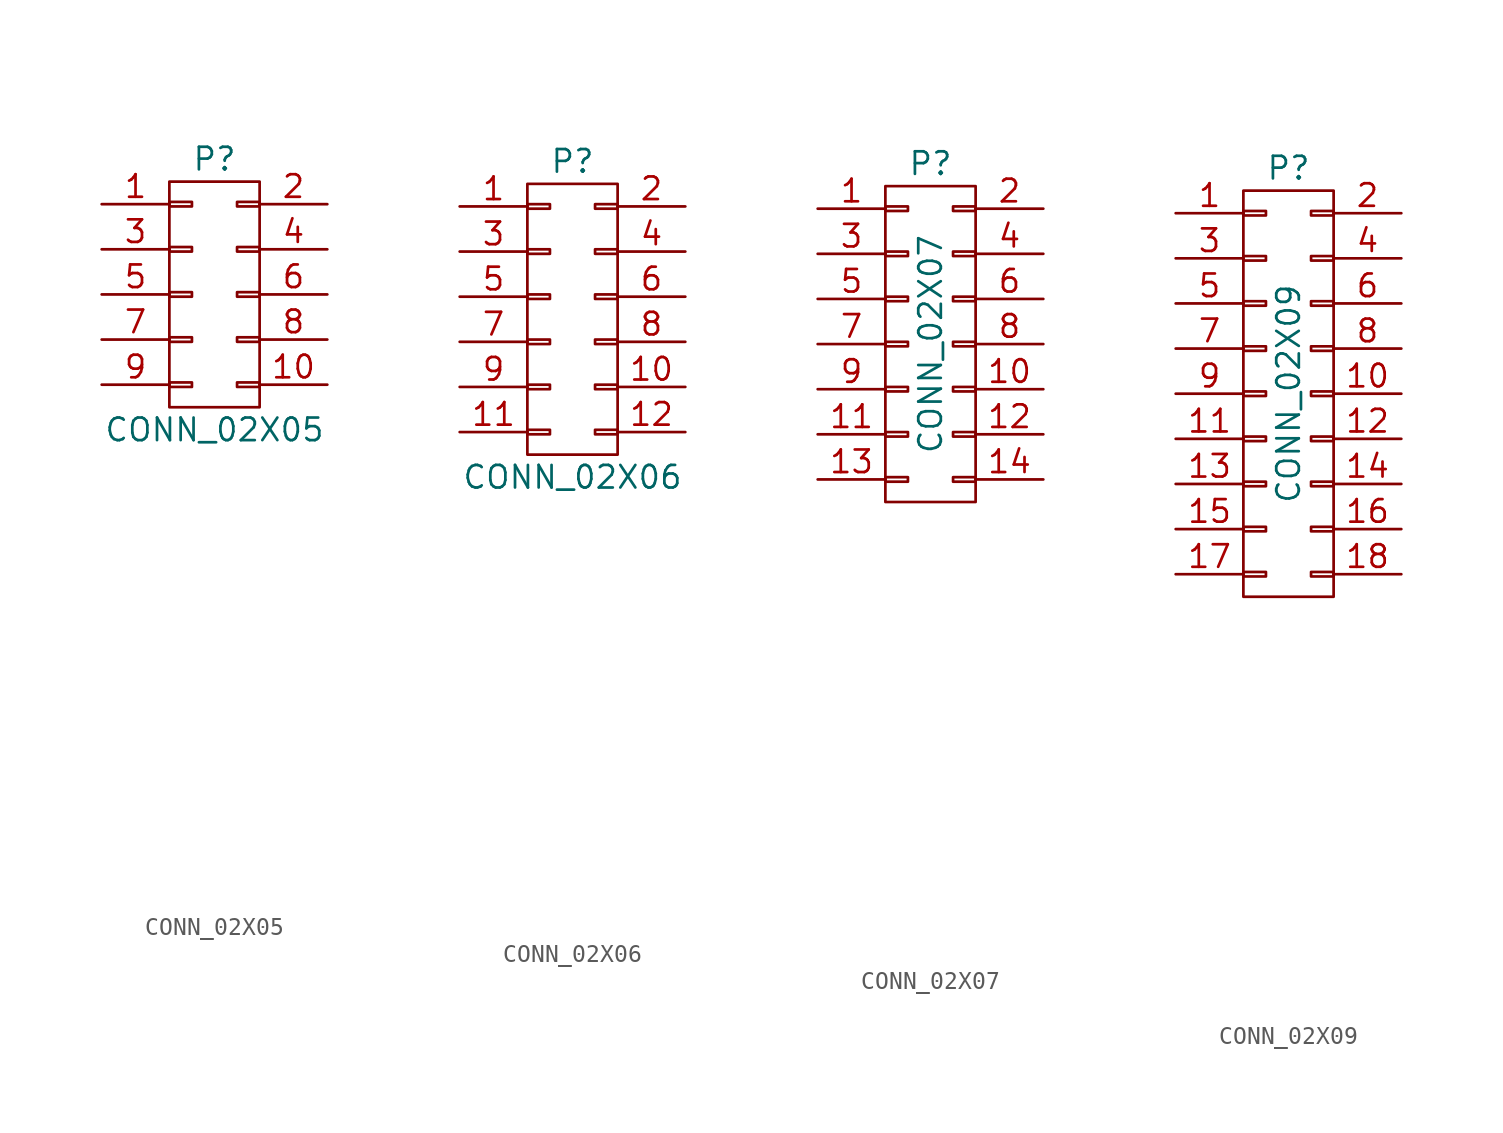
<source format=kicad_sym>
(kicad_symbol_lib
  (version 20231120)
  (generator "kicad_symbol_editor")
  (generator_version "8.0")
  (symbol "CONN_02X05"
    (pin_names
      (offset 0.025) hide)
    (property "Reference" "P"
      (at 0 7.62 0)
      (effects (font (size 1.27 1.27))))
    (property "Value" "CONN_02X05"
      (at 0 -7.62 0)
      (effects (font (size 1.27 1.27))))
    (property "Footprint" ""
      (at 0 -30.48 0)
      (effects (font (size 1.27 1.27))))
    (property "Datasheet" ""
      (at 0 -30.48 0)
      (effects (font (size 1.27 1.27))))
    (symbol "CONN_02X05_0_1"
      (rectangle (start -2.54 -4.953) (end -1.27 -5.207) (stroke (width 0) (type solid)) (fill (type none)))
      (rectangle (start -2.54 -2.413) (end -1.27 -2.667) (stroke (width 0) (type solid)) (fill (type none)))
      (rectangle (start -2.54 0.127) (end -1.27 -0.127) (stroke (width 0) (type solid)) (fill (type none)))
      (rectangle (start -2.54 2.667) (end -1.27 2.413) (stroke (width 0) (type solid)) (fill (type none)))
      (rectangle (start -2.54 5.207) (end -1.27 4.953) (stroke (width 0) (type solid)) (fill (type none)))
      (rectangle (start -2.54 6.35) (end 2.54 -6.35) (stroke (width 0) (type solid)) (fill (type none)))
      (rectangle (start 1.27 -4.953) (end 2.54 -5.207) (stroke (width 0) (type solid)) (fill (type none)))
      (rectangle (start 1.27 -2.413) (end 2.54 -2.667) (stroke (width 0) (type solid)) (fill (type none)))
      (rectangle (start 1.27 0.127) (end 2.54 -0.127) (stroke (width 0) (type solid)) (fill (type none)))
      (rectangle (start 1.27 2.667) (end 2.54 2.413) (stroke (width 0) (type solid)) (fill (type none)))
      (rectangle (start 1.27 5.207) (end 2.54 4.953) (stroke (width 0) (type solid)) (fill (type none))))
    (symbol "CONN_02X05_1_1"
      (pin passive line (at -6.35 5.08 0) (length 3.81) (name "P1" (effects (font (size 1.27 1.27)))) (number "1" (effects (font (size 1.27 1.27)))))
      (pin passive line (at 6.35 -5.08 180) (length 3.81) (name "P10" (effects (font (size 1.27 1.27)))) (number "10" (effects (font (size 1.27 1.27)))))
      (pin passive line (at 6.35 5.08 180) (length 3.81) (name "P2" (effects (font (size 1.27 1.27)))) (number "2" (effects (font (size 1.27 1.27)))))
      (pin passive line (at -6.35 2.54 0) (length 3.81) (name "P3" (effects (font (size 1.27 1.27)))) (number "3" (effects (font (size 1.27 1.27)))))
      (pin passive line (at 6.35 2.54 180) (length 3.81) (name "P4" (effects (font (size 1.27 1.27)))) (number "4" (effects (font (size 1.27 1.27)))))
      (pin passive line (at -6.35 0 0) (length 3.81) (name "P5" (effects (font (size 1.27 1.27)))) (number "5" (effects (font (size 1.27 1.27)))))
      (pin passive line (at 6.35 0 180) (length 3.81) (name "P6" (effects (font (size 1.27 1.27)))) (number "6" (effects (font (size 1.27 1.27)))))
      (pin passive line (at -6.35 -2.54 0) (length 3.81) (name "P7" (effects (font (size 1.27 1.27)))) (number "7" (effects (font (size 1.27 1.27)))))
      (pin passive line (at 6.35 -2.54 180) (length 3.81) (name "P8" (effects (font (size 1.27 1.27)))) (number "8" (effects (font (size 1.27 1.27)))))
      (pin passive line (at -6.35 -5.08 0) (length 3.81) (name "P9" (effects (font (size 1.27 1.27)))) (number "9" (effects (font (size 1.27 1.27)))))))
  (symbol "CONN_02X06"
    (pin_names
      (offset 0.025) hide)
    (property "Reference" "P"
      (at 0 8.89 0)
      (effects (font (size 1.27 1.27))))
    (property "Value" "CONN_02X06"
      (at 0 -8.89 0)
      (effects (font (size 1.27 1.27))))
    (property "Footprint" ""
      (at 0 -30.48 0)
      (effects (font (size 1.27 1.27))))
    (property "Datasheet" ""
      (at 0 -30.48 0)
      (effects (font (size 1.27 1.27))))
    (symbol "CONN_02X06_0_1"
      (rectangle (start -2.54 -6.223) (end -1.27 -6.477) (stroke (width 0) (type solid)) (fill (type none)))
      (rectangle (start -2.54 -3.683) (end -1.27 -3.937) (stroke (width 0) (type solid)) (fill (type none)))
      (rectangle (start -2.54 -1.143) (end -1.27 -1.397) (stroke (width 0) (type solid)) (fill (type none)))
      (rectangle (start -2.54 1.397) (end -1.27 1.143) (stroke (width 0) (type solid)) (fill (type none)))
      (rectangle (start -2.54 3.937) (end -1.27 3.683) (stroke (width 0) (type solid)) (fill (type none)))
      (rectangle (start -2.54 6.477) (end -1.27 6.223) (stroke (width 0) (type solid)) (fill (type none)))
      (rectangle (start -2.54 7.62) (end 2.54 -7.62) (stroke (width 0) (type solid)) (fill (type none)))
      (rectangle (start 1.27 -6.223) (end 2.54 -6.477) (stroke (width 0) (type solid)) (fill (type none)))
      (rectangle (start 1.27 -3.683) (end 2.54 -3.937) (stroke (width 0) (type solid)) (fill (type none)))
      (rectangle (start 1.27 -1.143) (end 2.54 -1.397) (stroke (width 0) (type solid)) (fill (type none)))
      (rectangle (start 1.27 1.397) (end 2.54 1.143) (stroke (width 0) (type solid)) (fill (type none)))
      (rectangle (start 1.27 3.937) (end 2.54 3.683) (stroke (width 0) (type solid)) (fill (type none)))
      (rectangle (start 1.27 6.477) (end 2.54 6.223) (stroke (width 0) (type solid)) (fill (type none))))
    (symbol "CONN_02X06_1_1"
      (pin passive line (at -6.35 6.35 0) (length 3.81) (name "P1" (effects (font (size 1.27 1.27)))) (number "1" (effects (font (size 1.27 1.27)))))
      (pin passive line (at 6.35 -3.81 180) (length 3.81) (name "P10" (effects (font (size 1.27 1.27)))) (number "10" (effects (font (size 1.27 1.27)))))
      (pin passive line (at -6.35 -6.35 0) (length 3.81) (name "P11" (effects (font (size 1.27 1.27)))) (number "11" (effects (font (size 1.27 1.27)))))
      (pin passive line (at 6.35 -6.35 180) (length 3.81) (name "P12" (effects (font (size 1.27 1.27)))) (number "12" (effects (font (size 1.27 1.27)))))
      (pin passive line (at 6.35 6.35 180) (length 3.81) (name "P2" (effects (font (size 1.27 1.27)))) (number "2" (effects (font (size 1.27 1.27)))))
      (pin passive line (at -6.35 3.81 0) (length 3.81) (name "P3" (effects (font (size 1.27 1.27)))) (number "3" (effects (font (size 1.27 1.27)))))
      (pin passive line (at 6.35 3.81 180) (length 3.81) (name "P4" (effects (font (size 1.27 1.27)))) (number "4" (effects (font (size 1.27 1.27)))))
      (pin passive line (at -6.35 1.27 0) (length 3.81) (name "P5" (effects (font (size 1.27 1.27)))) (number "5" (effects (font (size 1.27 1.27)))))
      (pin passive line (at 6.35 1.27 180) (length 3.81) (name "P6" (effects (font (size 1.27 1.27)))) (number "6" (effects (font (size 1.27 1.27)))))
      (pin passive line (at -6.35 -1.27 0) (length 3.81) (name "P7" (effects (font (size 1.27 1.27)))) (number "7" (effects (font (size 1.27 1.27)))))
      (pin passive line (at 6.35 -1.27 180) (length 3.81) (name "P8" (effects (font (size 1.27 1.27)))) (number "8" (effects (font (size 1.27 1.27)))))
      (pin passive line (at -6.35 -3.81 0) (length 3.81) (name "P9" (effects (font (size 1.27 1.27)))) (number "9" (effects (font (size 1.27 1.27)))))))
  (symbol "CONN_02X07"
    (pin_names
      (offset 0.025) hide)
    (property "Reference" "P"
      (at 0 10.16 0)
      (effects (font (size 1.27 1.27))))
    (property "Value" "CONN_02X07"
      (at 0 0 90)
      (effects (font (size 1.27 1.27))))
    (property "Footprint" ""
      (at 0 -30.48 0)
      (effects (font (size 1.27 1.27))))
    (property "Datasheet" ""
      (at 0 -30.48 0)
      (effects (font (size 1.27 1.27))))
    (symbol "CONN_02X07_0_1"
      (rectangle (start -2.54 -7.493) (end -1.27 -7.747) (stroke (width 0) (type solid)) (fill (type none)))
      (rectangle (start -2.54 -4.953) (end -1.27 -5.207) (stroke (width 0) (type solid)) (fill (type none)))
      (rectangle (start -2.54 -2.413) (end -1.27 -2.667) (stroke (width 0) (type solid)) (fill (type none)))
      (rectangle (start -2.54 0.127) (end -1.27 -0.127) (stroke (width 0) (type solid)) (fill (type none)))
      (rectangle (start -2.54 2.667) (end -1.27 2.413) (stroke (width 0) (type solid)) (fill (type none)))
      (rectangle (start -2.54 5.207) (end -1.27 4.953) (stroke (width 0) (type solid)) (fill (type none)))
      (rectangle (start -2.54 7.747) (end -1.27 7.493) (stroke (width 0) (type solid)) (fill (type none)))
      (rectangle (start -2.54 8.89) (end 2.54 -8.89) (stroke (width 0) (type solid)) (fill (type none)))
      (rectangle (start 1.27 -7.493) (end 2.54 -7.747) (stroke (width 0) (type solid)) (fill (type none)))
      (rectangle (start 1.27 -4.953) (end 2.54 -5.207) (stroke (width 0) (type solid)) (fill (type none)))
      (rectangle (start 1.27 -2.413) (end 2.54 -2.667) (stroke (width 0) (type solid)) (fill (type none)))
      (rectangle (start 1.27 0.127) (end 2.54 -0.127) (stroke (width 0) (type solid)) (fill (type none)))
      (rectangle (start 1.27 2.667) (end 2.54 2.413) (stroke (width 0) (type solid)) (fill (type none)))
      (rectangle (start 1.27 5.207) (end 2.54 4.953) (stroke (width 0) (type solid)) (fill (type none)))
      (rectangle (start 1.27 7.747) (end 2.54 7.493) (stroke (width 0) (type solid)) (fill (type none))))
    (symbol "CONN_02X07_1_1"
      (pin passive line (at -6.35 7.62 0) (length 3.81) (name "P1" (effects (font (size 1.27 1.27)))) (number "1" (effects (font (size 1.27 1.27)))))
      (pin passive line (at 6.35 -2.54 180) (length 3.81) (name "P10" (effects (font (size 1.27 1.27)))) (number "10" (effects (font (size 1.27 1.27)))))
      (pin passive line (at -6.35 -5.08 0) (length 3.81) (name "P11" (effects (font (size 1.27 1.27)))) (number "11" (effects (font (size 1.27 1.27)))))
      (pin passive line (at 6.35 -5.08 180) (length 3.81) (name "P12" (effects (font (size 1.27 1.27)))) (number "12" (effects (font (size 1.27 1.27)))))
      (pin passive line (at -6.35 -7.62 0) (length 3.81) (name "P13" (effects (font (size 1.27 1.27)))) (number "13" (effects (font (size 1.27 1.27)))))
      (pin passive line (at 6.35 -7.62 180) (length 3.81) (name "P14" (effects (font (size 1.27 1.27)))) (number "14" (effects (font (size 1.27 1.27)))))
      (pin passive line (at 6.35 7.62 180) (length 3.81) (name "P2" (effects (font (size 1.27 1.27)))) (number "2" (effects (font (size 1.27 1.27)))))
      (pin passive line (at -6.35 5.08 0) (length 3.81) (name "P3" (effects (font (size 1.27 1.27)))) (number "3" (effects (font (size 1.27 1.27)))))
      (pin passive line (at 6.35 5.08 180) (length 3.81) (name "P4" (effects (font (size 1.27 1.27)))) (number "4" (effects (font (size 1.27 1.27)))))
      (pin passive line (at -6.35 2.54 0) (length 3.81) (name "P5" (effects (font (size 1.27 1.27)))) (number "5" (effects (font (size 1.27 1.27)))))
      (pin passive line (at 6.35 2.54 180) (length 3.81) (name "P6" (effects (font (size 1.27 1.27)))) (number "6" (effects (font (size 1.27 1.27)))))
      (pin passive line (at -6.35 0 0) (length 3.81) (name "P7" (effects (font (size 1.27 1.27)))) (number "7" (effects (font (size 1.27 1.27)))))
      (pin passive line (at 6.35 0 180) (length 3.81) (name "P8" (effects (font (size 1.27 1.27)))) (number "8" (effects (font (size 1.27 1.27)))))
      (pin passive line (at -6.35 -2.54 0) (length 3.81) (name "P9" (effects (font (size 1.27 1.27)))) (number "9" (effects (font (size 1.27 1.27)))))))
  (symbol "CONN_02X09"
    (pin_names
      (offset 0.025) hide)
    (property "Reference" "P"
      (at 0 12.7 0)
      (effects (font (size 1.27 1.27))))
    (property "Value" "CONN_02X09"
      (at 0 0 90)
      (effects (font (size 1.27 1.27))))
    (property "Footprint" ""
      (at 0 -30.48 0)
      (effects (font (size 1.27 1.27))))
    (property "Datasheet" ""
      (at 0 -30.48 0)
      (effects (font (size 1.27 1.27))))
    (symbol "CONN_02X09_0_1"
      (rectangle (start -2.54 -10.033) (end -1.27 -10.287) (stroke (width 0) (type solid)) (fill (type none)))
      (rectangle (start -2.54 -7.493) (end -1.27 -7.747) (stroke (width 0) (type solid)) (fill (type none)))
      (rectangle (start -2.54 -4.953) (end -1.27 -5.207) (stroke (width 0) (type solid)) (fill (type none)))
      (rectangle (start -2.54 -2.413) (end -1.27 -2.667) (stroke (width 0) (type solid)) (fill (type none)))
      (rectangle (start -2.54 0.127) (end -1.27 -0.127) (stroke (width 0) (type solid)) (fill (type none)))
      (rectangle (start -2.54 2.667) (end -1.27 2.413) (stroke (width 0) (type solid)) (fill (type none)))
      (rectangle (start -2.54 5.207) (end -1.27 4.953) (stroke (width 0) (type solid)) (fill (type none)))
      (rectangle (start -2.54 7.747) (end -1.27 7.493) (stroke (width 0) (type solid)) (fill (type none)))
      (rectangle (start -2.54 10.287) (end -1.27 10.033) (stroke (width 0) (type solid)) (fill (type none)))
      (rectangle (start -2.54 11.43) (end 2.54 -11.43) (stroke (width 0) (type solid)) (fill (type none)))
      (rectangle (start 1.27 -10.033) (end 2.54 -10.287) (stroke (width 0) (type solid)) (fill (type none)))
      (rectangle (start 1.27 -7.493) (end 2.54 -7.747) (stroke (width 0) (type solid)) (fill (type none)))
      (rectangle (start 1.27 -4.953) (end 2.54 -5.207) (stroke (width 0) (type solid)) (fill (type none)))
      (rectangle (start 1.27 -2.413) (end 2.54 -2.667) (stroke (width 0) (type solid)) (fill (type none)))
      (rectangle (start 1.27 0.127) (end 2.54 -0.127) (stroke (width 0) (type solid)) (fill (type none)))
      (rectangle (start 1.27 2.667) (end 2.54 2.413) (stroke (width 0) (type solid)) (fill (type none)))
      (rectangle (start 1.27 5.207) (end 2.54 4.953) (stroke (width 0) (type solid)) (fill (type none)))
      (rectangle (start 1.27 7.747) (end 2.54 7.493) (stroke (width 0) (type solid)) (fill (type none)))
      (rectangle (start 1.27 10.287) (end 2.54 10.033) (stroke (width 0) (type solid)) (fill (type none))))
    (symbol "CONN_02X09_1_1"
      (pin passive line (at -6.35 10.16 0) (length 3.81) (name "P1" (effects (font (size 1.27 1.27)))) (number "1" (effects (font (size 1.27 1.27)))))
      (pin passive line (at 6.35 0 180) (length 3.81) (name "P10" (effects (font (size 1.27 1.27)))) (number "10" (effects (font (size 1.27 1.27)))))
      (pin passive line (at -6.35 -2.54 0) (length 3.81) (name "P11" (effects (font (size 1.27 1.27)))) (number "11" (effects (font (size 1.27 1.27)))))
      (pin passive line (at 6.35 -2.54 180) (length 3.81) (name "P12" (effects (font (size 1.27 1.27)))) (number "12" (effects (font (size 1.27 1.27)))))
      (pin passive line (at -6.35 -5.08 0) (length 3.81) (name "P13" (effects (font (size 1.27 1.27)))) (number "13" (effects (font (size 1.27 1.27)))))
      (pin passive line (at 6.35 -5.08 180) (length 3.81) (name "P14" (effects (font (size 1.27 1.27)))) (number "14" (effects (font (size 1.27 1.27)))))
      (pin passive line (at -6.35 -7.62 0) (length 3.81) (name "P15" (effects (font (size 1.27 1.27)))) (number "15" (effects (font (size 1.27 1.27)))))
      (pin passive line (at 6.35 -7.62 180) (length 3.81) (name "P16" (effects (font (size 1.27 1.27)))) (number "16" (effects (font (size 1.27 1.27)))))
      (pin passive line (at -6.35 -10.16 0) (length 3.81) (name "P17" (effects (font (size 1.27 1.27)))) (number "17" (effects (font (size 1.27 1.27)))))
      (pin passive line (at 6.35 -10.16 180) (length 3.81) (name "P18" (effects (font (size 1.27 1.27)))) (number "18" (effects (font (size 1.27 1.27)))))
      (pin passive line (at 6.35 10.16 180) (length 3.81) (name "P2" (effects (font (size 1.27 1.27)))) (number "2" (effects (font (size 1.27 1.27)))))
      (pin passive line (at -6.35 7.62 0) (length 3.81) (name "P3" (effects (font (size 1.27 1.27)))) (number "3" (effects (font (size 1.27 1.27)))))
      (pin passive line (at 6.35 7.62 180) (length 3.81) (name "P4" (effects (font (size 1.27 1.27)))) (number "4" (effects (font (size 1.27 1.27)))))
      (pin passive line (at -6.35 5.08 0) (length 3.81) (name "P5" (effects (font (size 1.27 1.27)))) (number "5" (effects (font (size 1.27 1.27)))))
      (pin passive line (at 6.35 5.08 180) (length 3.81) (name "P6" (effects (font (size 1.27 1.27)))) (number "6" (effects (font (size 1.27 1.27)))))
      (pin passive line (at -6.35 2.54 0) (length 3.81) (name "P7" (effects (font (size 1.27 1.27)))) (number "7" (effects (font (size 1.27 1.27)))))
      (pin passive line (at 6.35 2.54 180) (length 3.81) (name "P8" (effects (font (size 1.27 1.27)))) (number "8" (effects (font (size 1.27 1.27)))))
      (pin passive line (at -6.35 0 0) (length 3.81) (name "P9" (effects (font (size 1.27 1.27)))) (number "9" (effects (font (size 1.27 1.27))))))))
</source>
